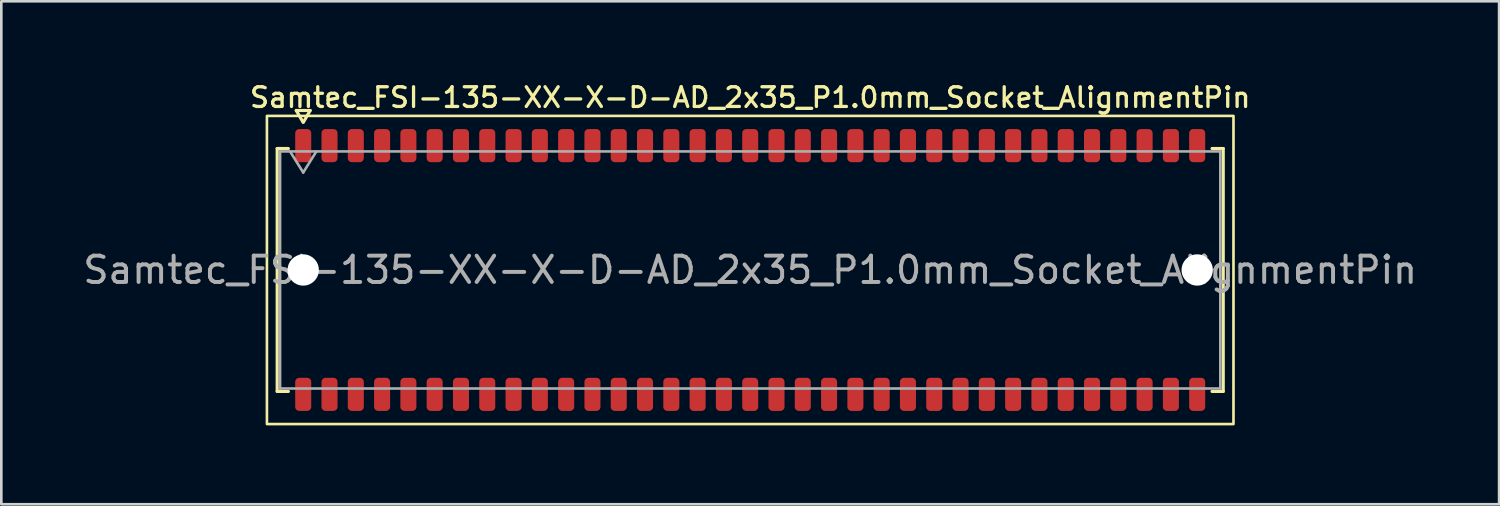
<source format=kicad_pcb>
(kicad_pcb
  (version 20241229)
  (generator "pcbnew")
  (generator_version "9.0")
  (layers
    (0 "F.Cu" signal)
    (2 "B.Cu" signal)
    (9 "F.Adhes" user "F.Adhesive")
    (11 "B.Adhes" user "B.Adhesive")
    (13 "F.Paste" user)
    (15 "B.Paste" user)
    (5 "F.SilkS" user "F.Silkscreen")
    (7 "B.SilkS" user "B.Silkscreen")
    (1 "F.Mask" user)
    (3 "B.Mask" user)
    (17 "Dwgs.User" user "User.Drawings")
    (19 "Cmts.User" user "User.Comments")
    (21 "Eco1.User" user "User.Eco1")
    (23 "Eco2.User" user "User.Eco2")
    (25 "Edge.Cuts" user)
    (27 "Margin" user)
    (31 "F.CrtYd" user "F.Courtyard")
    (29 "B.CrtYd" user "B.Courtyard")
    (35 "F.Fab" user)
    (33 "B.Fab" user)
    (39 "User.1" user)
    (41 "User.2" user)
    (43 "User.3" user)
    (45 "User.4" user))
  (footprint "Samtec_FSI-135-XX-X-D-AD_2x35_P1.0mm_Socket_AlignmentPin"
    (layer "F.Cu")
    (at 25.482 7.218)
    (property "Reference" "Samtec_FSI-135-XX-X-D-AD_2x35_P1.0mm_Socket_AlignmentPin" (at 0 -6.56 0) (layer "F.SilkS") (effects (font (size 0.75 0.75) (thickness 0.125))))
    (attr smd)
    (fp_line (start -17.99 -4.619) (end -17.565 -4.619) (stroke (width 0.12) (type solid)) (layer "F.SilkS"))
    (fp_line (start -17.99 4.619) (end -17.99 -4.619) (stroke (width 0.12) (type solid)) (layer "F.SilkS"))
    (fp_line (start -17.565 4.619) (end -17.99 4.619) (stroke (width 0.12) (type solid)) (layer "F.SilkS"))
    (fp_line (start -17.264 -6.066) (end -17.007 -5.62) (stroke (width 0.12) (type solid)) (layer "F.SilkS"))
    (fp_line (start -16.993 -5.62) (end -16.736 -6.066) (stroke (width 0.12) (type solid)) (layer "F.SilkS"))
    (fp_line (start -16.736 -6.066) (end -17.264 -6.066) (stroke (width 0.12) (type solid)) (layer "F.SilkS"))
    (fp_line (start 17.565 -4.619) (end 17.99 -4.619) (stroke (width 0.12) (type solid)) (layer "F.SilkS"))
    (fp_line (start 17.99 -4.619) (end 17.99 4.619) (stroke (width 0.12) (type solid)) (layer "F.SilkS"))
    (fp_line (start 17.99 4.619) (end 17.565 4.619) (stroke (width 0.12) (type solid)) (layer "F.SilkS"))
    (fp_rect (start -18.38 -5.86) (end 18.38 5.86) (stroke (width 0.1) (type solid)) (fill no) (layer "F.SilkS"))
    (fp_line (start -17.88 -4.508) (end 17.88 -4.508) (stroke (width 0.1) (type solid)) (layer "F.Fab"))
    (fp_line (start -17.88 4.508) (end -17.88 -4.508) (stroke (width 0.1) (type solid)) (layer "F.Fab"))
    (fp_line (start -17.5 -4.508) (end -17 -3.708) (stroke (width 0.1) (type solid)) (layer "F.Fab"))
    (fp_line (start -17 -3.708) (end -16.5 -4.508) (stroke (width 0.1) (type solid)) (layer "F.Fab"))
    (fp_line (start 17.88 -4.508) (end 17.88 4.508) (stroke (width 0.1) (type solid)) (layer "F.Fab"))
    (fp_line (start 17.88 4.508) (end -17.88 4.508) (stroke (width 0.1) (type solid)) (layer "F.Fab"))
    (fp_text user "${REFERENCE}" (at 0 0 0) (layer "F.Fab") (effects (font (size 1 1) (thickness 0.15))))
    (pad "" np_thru_hole circle (at -17 0) (size 1.19 1.19) (drill 1.19) (layers "*.Cu" "*.Mask"))
    (pad "" np_thru_hole circle (at 17 0) (size 1.19 1.19) (drill 1.19) (layers "*.Cu" "*.Mask"))
    (pad "1" smd roundrect (at -17 -4.73) (size 0.61 1.26) (layers "F.Cu" "F.Mask" "F.Paste") (roundrect_rratio 0.25))
    (pad "2" smd roundrect (at -17 4.73) (size 0.61 1.26) (layers "F.Cu" "F.Mask" "F.Paste") (roundrect_rratio 0.25))
    (pad "3" smd roundrect (at -16 -4.73) (size 0.61 1.26) (layers "F.Cu" "F.Mask" "F.Paste") (roundrect_rratio 0.25))
    (pad "4" smd roundrect (at -16 4.73) (size 0.61 1.26) (layers "F.Cu" "F.Mask" "F.Paste") (roundrect_rratio 0.25))
    (pad "5" smd roundrect (at -15 -4.73) (size 0.61 1.26) (layers "F.Cu" "F.Mask" "F.Paste") (roundrect_rratio 0.25))
    (pad "6" smd roundrect (at -15 4.73) (size 0.61 1.26) (layers "F.Cu" "F.Mask" "F.Paste") (roundrect_rratio 0.25))
    (pad "7" smd roundrect (at -14 -4.73) (size 0.61 1.26) (layers "F.Cu" "F.Mask" "F.Paste") (roundrect_rratio 0.25))
    (pad "8" smd roundrect (at -14 4.73) (size 0.61 1.26) (layers "F.Cu" "F.Mask" "F.Paste") (roundrect_rratio 0.25))
    (pad "9" smd roundrect (at -13 -4.73) (size 0.61 1.26) (layers "F.Cu" "F.Mask" "F.Paste") (roundrect_rratio 0.25))
    (pad "10" smd roundrect (at -13 4.73) (size 0.61 1.26) (layers "F.Cu" "F.Mask" "F.Paste") (roundrect_rratio 0.25))
    (pad "11" smd roundrect (at -12 -4.73) (size 0.61 1.26) (layers "F.Cu" "F.Mask" "F.Paste") (roundrect_rratio 0.25))
    (pad "12" smd roundrect (at -12 4.73) (size 0.61 1.26) (layers "F.Cu" "F.Mask" "F.Paste") (roundrect_rratio 0.25))
    (pad "13" smd roundrect (at -11 -4.73) (size 0.61 1.26) (layers "F.Cu" "F.Mask" "F.Paste") (roundrect_rratio 0.25))
    (pad "14" smd roundrect (at -11 4.73) (size 0.61 1.26) (layers "F.Cu" "F.Mask" "F.Paste") (roundrect_rratio 0.25))
    (pad "15" smd roundrect (at -10 -4.73) (size 0.61 1.26) (layers "F.Cu" "F.Mask" "F.Paste") (roundrect_rratio 0.25))
    (pad "16" smd roundrect (at -10 4.73) (size 0.61 1.26) (layers "F.Cu" "F.Mask" "F.Paste") (roundrect_rratio 0.25))
    (pad "17" smd roundrect (at -9 -4.73) (size 0.61 1.26) (layers "F.Cu" "F.Mask" "F.Paste") (roundrect_rratio 0.25))
    (pad "18" smd roundrect (at -9 4.73) (size 0.61 1.26) (layers "F.Cu" "F.Mask" "F.Paste") (roundrect_rratio 0.25))
    (pad "19" smd roundrect (at -8 -4.73) (size 0.61 1.26) (layers "F.Cu" "F.Mask" "F.Paste") (roundrect_rratio 0.25))
    (pad "20" smd roundrect (at -8 4.73) (size 0.61 1.26) (layers "F.Cu" "F.Mask" "F.Paste") (roundrect_rratio 0.25))
    (pad "21" smd roundrect (at -7 -4.73) (size 0.61 1.26) (layers "F.Cu" "F.Mask" "F.Paste") (roundrect_rratio 0.25))
    (pad "22" smd roundrect (at -7 4.73) (size 0.61 1.26) (layers "F.Cu" "F.Mask" "F.Paste") (roundrect_rratio 0.25))
    (pad "23" smd roundrect (at -6 -4.73) (size 0.61 1.26) (layers "F.Cu" "F.Mask" "F.Paste") (roundrect_rratio 0.25))
    (pad "24" smd roundrect (at -6 4.73) (size 0.61 1.26) (layers "F.Cu" "F.Mask" "F.Paste") (roundrect_rratio 0.25))
    (pad "25" smd roundrect (at -5 -4.73) (size 0.61 1.26) (layers "F.Cu" "F.Mask" "F.Paste") (roundrect_rratio 0.25))
    (pad "26" smd roundrect (at -5 4.73) (size 0.61 1.26) (layers "F.Cu" "F.Mask" "F.Paste") (roundrect_rratio 0.25))
    (pad "27" smd roundrect (at -4 -4.73) (size 0.61 1.26) (layers "F.Cu" "F.Mask" "F.Paste") (roundrect_rratio 0.25))
    (pad "28" smd roundrect (at -4 4.73) (size 0.61 1.26) (layers "F.Cu" "F.Mask" "F.Paste") (roundrect_rratio 0.25))
    (pad "29" smd roundrect (at -3 -4.73) (size 0.61 1.26) (layers "F.Cu" "F.Mask" "F.Paste") (roundrect_rratio 0.25))
    (pad "30" smd roundrect (at -3 4.73) (size 0.61 1.26) (layers "F.Cu" "F.Mask" "F.Paste") (roundrect_rratio 0.25))
    (pad "31" smd roundrect (at -2 -4.73) (size 0.61 1.26) (layers "F.Cu" "F.Mask" "F.Paste") (roundrect_rratio 0.25))
    (pad "32" smd roundrect (at -2 4.73) (size 0.61 1.26) (layers "F.Cu" "F.Mask" "F.Paste") (roundrect_rratio 0.25))
    (pad "33" smd roundrect (at -1 -4.73) (size 0.61 1.26) (layers "F.Cu" "F.Mask" "F.Paste") (roundrect_rratio 0.25))
    (pad "34" smd roundrect (at -1 4.73) (size 0.61 1.26) (layers "F.Cu" "F.Mask" "F.Paste") (roundrect_rratio 0.25))
    (pad "35" smd roundrect (at 0 -4.73) (size 0.61 1.26) (layers "F.Cu" "F.Mask" "F.Paste") (roundrect_rratio 0.25))
    (pad "36" smd roundrect (at 0 4.73) (size 0.61 1.26) (layers "F.Cu" "F.Mask" "F.Paste") (roundrect_rratio 0.25))
    (pad "37" smd roundrect (at 1 -4.73) (size 0.61 1.26) (layers "F.Cu" "F.Mask" "F.Paste") (roundrect_rratio 0.25))
    (pad "38" smd roundrect (at 1 4.73) (size 0.61 1.26) (layers "F.Cu" "F.Mask" "F.Paste") (roundrect_rratio 0.25))
    (pad "39" smd roundrect (at 2 -4.73) (size 0.61 1.26) (layers "F.Cu" "F.Mask" "F.Paste") (roundrect_rratio 0.25))
    (pad "40" smd roundrect (at 2 4.73) (size 0.61 1.26) (layers "F.Cu" "F.Mask" "F.Paste") (roundrect_rratio 0.25))
    (pad "41" smd roundrect (at 3 -4.73) (size 0.61 1.26) (layers "F.Cu" "F.Mask" "F.Paste") (roundrect_rratio 0.25))
    (pad "42" smd roundrect (at 3 4.73) (size 0.61 1.26) (layers "F.Cu" "F.Mask" "F.Paste") (roundrect_rratio 0.25))
    (pad "43" smd roundrect (at 4 -4.73) (size 0.61 1.26) (layers "F.Cu" "F.Mask" "F.Paste") (roundrect_rratio 0.25))
    (pad "44" smd roundrect (at 4 4.73) (size 0.61 1.26) (layers "F.Cu" "F.Mask" "F.Paste") (roundrect_rratio 0.25))
    (pad "45" smd roundrect (at 5 -4.73) (size 0.61 1.26) (layers "F.Cu" "F.Mask" "F.Paste") (roundrect_rratio 0.25))
    (pad "46" smd roundrect (at 5 4.73) (size 0.61 1.26) (layers "F.Cu" "F.Mask" "F.Paste") (roundrect_rratio 0.25))
    (pad "47" smd roundrect (at 6 -4.73) (size 0.61 1.26) (layers "F.Cu" "F.Mask" "F.Paste") (roundrect_rratio 0.25))
    (pad "48" smd roundrect (at 6 4.73) (size 0.61 1.26) (layers "F.Cu" "F.Mask" "F.Paste") (roundrect_rratio 0.25))
    (pad "49" smd roundrect (at 7 -4.73) (size 0.61 1.26) (layers "F.Cu" "F.Mask" "F.Paste") (roundrect_rratio 0.25))
    (pad "50" smd roundrect (at 7 4.73) (size 0.61 1.26) (layers "F.Cu" "F.Mask" "F.Paste") (roundrect_rratio 0.25))
    (pad "51" smd roundrect (at 8 -4.73) (size 0.61 1.26) (layers "F.Cu" "F.Mask" "F.Paste") (roundrect_rratio 0.25))
    (pad "52" smd roundrect (at 8 4.73) (size 0.61 1.26) (layers "F.Cu" "F.Mask" "F.Paste") (roundrect_rratio 0.25))
    (pad "53" smd roundrect (at 9 -4.73) (size 0.61 1.26) (layers "F.Cu" "F.Mask" "F.Paste") (roundrect_rratio 0.25))
    (pad "54" smd roundrect (at 9 4.73) (size 0.61 1.26) (layers "F.Cu" "F.Mask" "F.Paste") (roundrect_rratio 0.25))
    (pad "55" smd roundrect (at 10 -4.73) (size 0.61 1.26) (layers "F.Cu" "F.Mask" "F.Paste") (roundrect_rratio 0.25))
    (pad "56" smd roundrect (at 10 4.73) (size 0.61 1.26) (layers "F.Cu" "F.Mask" "F.Paste") (roundrect_rratio 0.25))
    (pad "57" smd roundrect (at 11 -4.73) (size 0.61 1.26) (layers "F.Cu" "F.Mask" "F.Paste") (roundrect_rratio 0.25))
    (pad "58" smd roundrect (at 11 4.73) (size 0.61 1.26) (layers "F.Cu" "F.Mask" "F.Paste") (roundrect_rratio 0.25))
    (pad "59" smd roundrect (at 12 -4.73) (size 0.61 1.26) (layers "F.Cu" "F.Mask" "F.Paste") (roundrect_rratio 0.25))
    (pad "60" smd roundrect (at 12 4.73) (size 0.61 1.26) (layers "F.Cu" "F.Mask" "F.Paste") (roundrect_rratio 0.25))
    (pad "61" smd roundrect (at 13 -4.73) (size 0.61 1.26) (layers "F.Cu" "F.Mask" "F.Paste") (roundrect_rratio 0.25))
    (pad "62" smd roundrect (at 13 4.73) (size 0.61 1.26) (layers "F.Cu" "F.Mask" "F.Paste") (roundrect_rratio 0.25))
    (pad "63" smd roundrect (at 14 -4.73) (size 0.61 1.26) (layers "F.Cu" "F.Mask" "F.Paste") (roundrect_rratio 0.25))
    (pad "64" smd roundrect (at 14 4.73) (size 0.61 1.26) (layers "F.Cu" "F.Mask" "F.Paste") (roundrect_rratio 0.25))
    (pad "65" smd roundrect (at 15 -4.73) (size 0.61 1.26) (layers "F.Cu" "F.Mask" "F.Paste") (roundrect_rratio 0.25))
    (pad "66" smd roundrect (at 15 4.73) (size 0.61 1.26) (layers "F.Cu" "F.Mask" "F.Paste") (roundrect_rratio 0.25))
    (pad "67" smd roundrect (at 16 -4.73) (size 0.61 1.26) (layers "F.Cu" "F.Mask" "F.Paste") (roundrect_rratio 0.25))
    (pad "68" smd roundrect (at 16 4.73) (size 0.61 1.26) (layers "F.Cu" "F.Mask" "F.Paste") (roundrect_rratio 0.25))
    (pad "69" smd roundrect (at 17 -4.73) (size 0.61 1.26) (layers "F.Cu" "F.Mask" "F.Paste") (roundrect_rratio 0.25))
    (pad "70" smd roundrect (at 17 4.73) (size 0.61 1.26) (layers "F.Cu" "F.Mask" "F.Paste") (roundrect_rratio 0.25)))
  (gr_rect
    (start -3 -3)
    (end 53.964 16.128)
    (stroke (width 0.1) (type default))
    (fill no)
    (layer "Edge.Cuts")))
</source>
